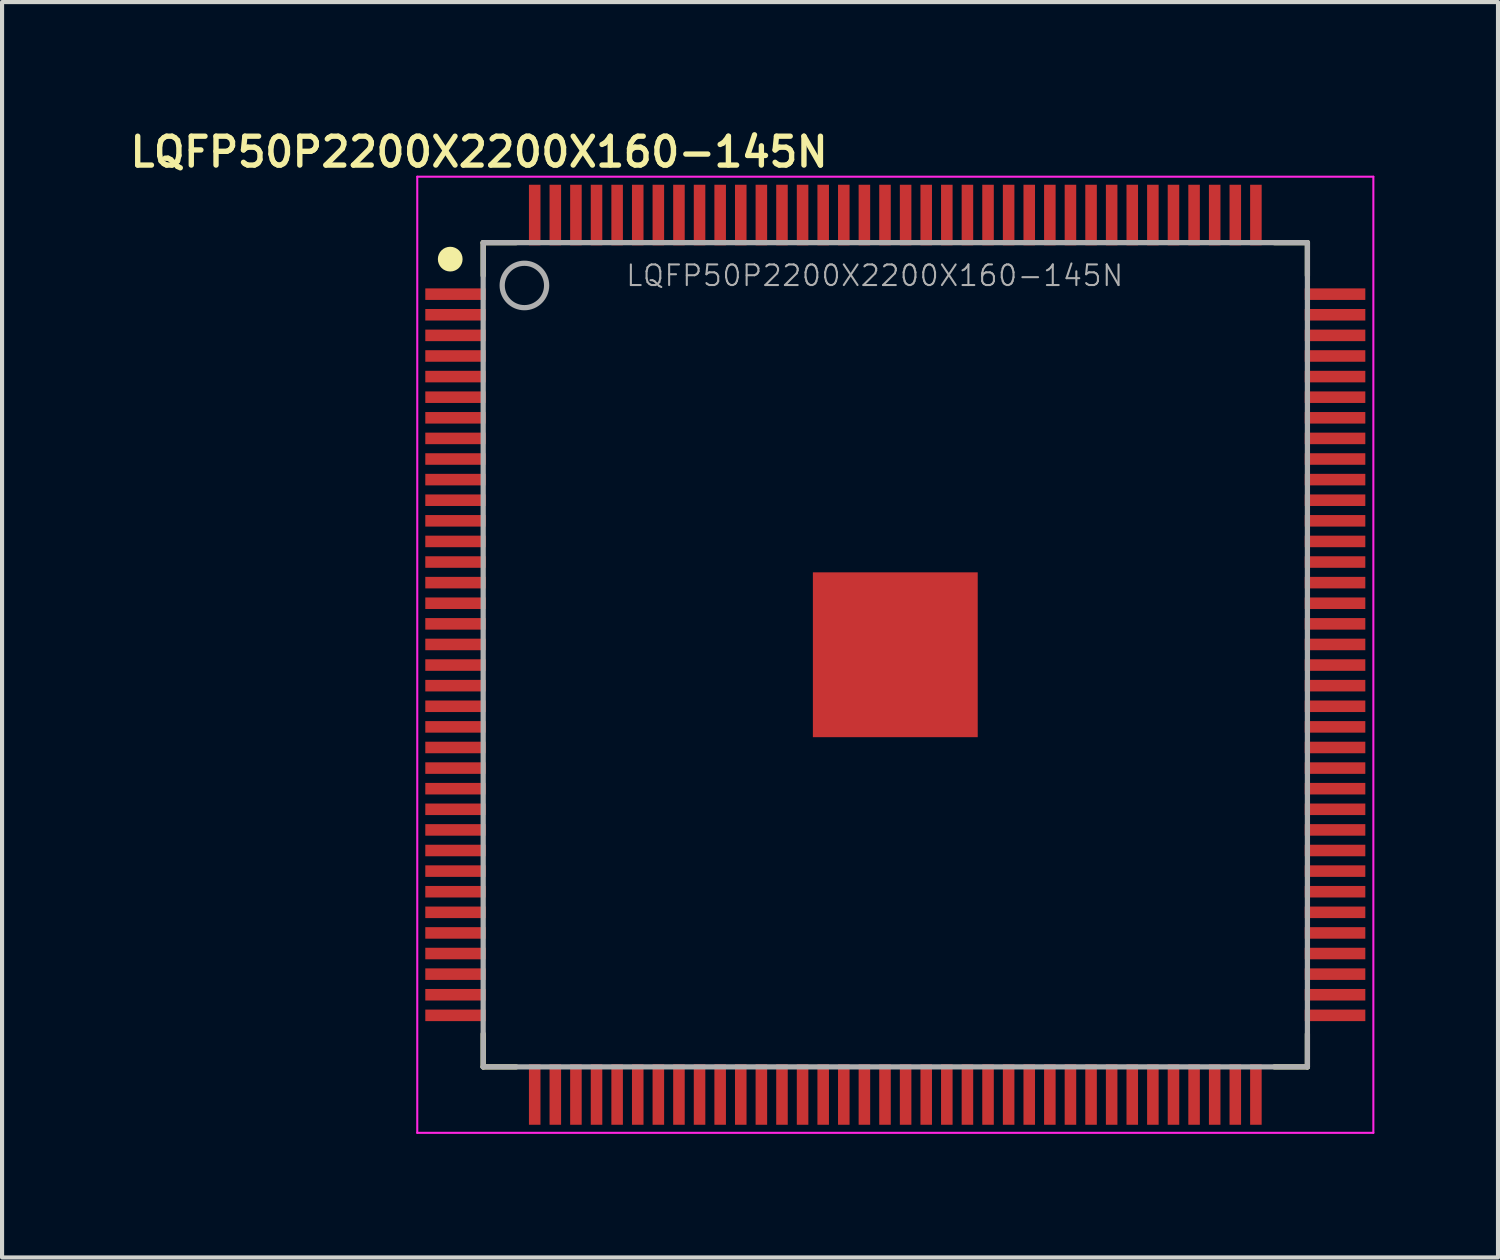
<source format=kicad_pcb>
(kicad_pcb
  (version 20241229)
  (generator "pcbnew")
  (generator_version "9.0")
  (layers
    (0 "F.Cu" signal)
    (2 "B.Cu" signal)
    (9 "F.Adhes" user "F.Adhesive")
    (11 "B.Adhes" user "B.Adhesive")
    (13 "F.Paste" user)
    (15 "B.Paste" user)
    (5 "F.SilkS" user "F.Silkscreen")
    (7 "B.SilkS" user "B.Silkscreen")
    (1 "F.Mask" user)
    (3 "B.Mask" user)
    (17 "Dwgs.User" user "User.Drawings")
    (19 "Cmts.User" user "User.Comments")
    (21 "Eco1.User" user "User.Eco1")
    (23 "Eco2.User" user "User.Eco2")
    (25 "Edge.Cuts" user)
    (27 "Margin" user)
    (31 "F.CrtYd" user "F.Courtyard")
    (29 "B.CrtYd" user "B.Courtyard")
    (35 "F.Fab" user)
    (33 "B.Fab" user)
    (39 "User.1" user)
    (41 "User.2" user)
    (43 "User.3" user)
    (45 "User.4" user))
  (footprint "LQFP50P2200X2200X160-145N"
    (layer "F.Cu")
    (at 18.675 12.838)
    (property "Reference" "LQFP50P2200X2200X160-145N" (at -10.1 -12.2 0) (layer "F.SilkS") (effects (font (size 0.7 0.7) (thickness 0.13))))
    (attr smd)
    (fp_line (start -10 -10) (end -9.2 -10) (stroke (width 0.127) (type solid)) (layer "F.SilkS"))
    (fp_line (start -10 -9.2) (end -10 -10) (stroke (width 0.127) (type solid)) (layer "F.SilkS"))
    (fp_line (start -10 10) (end -10 9.2) (stroke (width 0.127) (type solid)) (layer "F.SilkS"))
    (fp_line (start -9.2 10) (end -10 10) (stroke (width 0.127) (type solid)) (layer "F.SilkS"))
    (fp_line (start 9.2 -10) (end 10 -10) (stroke (width 0.127) (type solid)) (layer "F.SilkS"))
    (fp_line (start 9.2 10) (end 10 10) (stroke (width 0.127) (type solid)) (layer "F.SilkS"))
    (fp_line (start 10 -10) (end 10 -9.2) (stroke (width 0.127) (type solid)) (layer "F.SilkS"))
    (fp_line (start 10 10) (end 10 9.2) (stroke (width 0.127) (type solid)) (layer "F.SilkS"))
    (fp_circle (center -10.8 -9.6) (end -10.65 -9.6) (stroke (width 0.3) (type solid)) (fill no) (layer "F.SilkS"))
    (fp_poly (pts (xy -1.718 -1.705) (xy -0.295 -1.705) (xy -0.295 -0.297) (xy -1.718 -0.297)) (stroke (width 0.01) (type solid)) (fill yes) (layer "F.Paste"))
    (fp_poly (pts (xy -1.714 0.295) (xy -0.295 0.295) (xy -0.295 1.714) (xy -1.714 1.714)) (stroke (width 0.01) (type solid)) (fill yes) (layer "F.Paste"))
    (fp_poly (pts (xy 0.297 -1.705) (xy 1.705 -1.705) (xy 1.705 -0.297) (xy 0.297 -0.297)) (stroke (width 0.01) (type solid)) (fill yes) (layer "F.Paste"))
    (fp_poly (pts (xy 0.297 0.295) (xy 1.705 0.295) (xy 1.705 1.718) (xy 0.297 1.718)) (stroke (width 0.01) (type solid)) (fill yes) (layer "F.Paste"))
    (fp_line (start -11.6 -11.6) (end 11.6 -11.6) (stroke (width 0.05) (type solid)) (layer "F.CrtYd"))
    (fp_line (start -11.6 11.6) (end -11.6 -11.6) (stroke (width 0.05) (type solid)) (layer "F.CrtYd"))
    (fp_line (start 11.6 -11.6) (end 11.6 11.6) (stroke (width 0.05) (type solid)) (layer "F.CrtYd"))
    (fp_line (start 11.6 11.6) (end -11.6 11.6) (stroke (width 0.05) (type solid)) (layer "F.CrtYd"))
    (fp_line (start -10 -10) (end 10 -10) (stroke (width 0.127) (type solid)) (layer "F.Fab"))
    (fp_line (start -10 10) (end -10 -10) (stroke (width 0.127) (type solid)) (layer "F.Fab"))
    (fp_line (start 10 -10) (end 10 10) (stroke (width 0.127) (type solid)) (layer "F.Fab"))
    (fp_line (start 10 10) (end -10 10) (stroke (width 0.127) (type solid)) (layer "F.Fab"))
    (fp_circle (center -9 -8.961) (end -8.461 -8.961) (stroke (width 0.127) (type solid)) (fill no) (layer "F.Fab"))
    (fp_text user "${REFERENCE}" (at -0.5 -9.2 0) (layer "F.Fab") (effects (font (size 0.5 0.5) (thickness 0.05))))
    (pad "1" smd rect (at -10.67 -8.75) (size 1.47 0.28) (layers "F.Cu" "F.Mask" "F.Paste"))
    (pad "2" smd rect (at -10.67 -8.25) (size 1.47 0.28) (layers "F.Cu" "F.Mask" "F.Paste"))
    (pad "3" smd rect (at -10.67 -7.75) (size 1.47 0.28) (layers "F.Cu" "F.Mask" "F.Paste"))
    (pad "4" smd rect (at -10.67 -7.25) (size 1.47 0.28) (layers "F.Cu" "F.Mask" "F.Paste"))
    (pad "5" smd rect (at -10.67 -6.75) (size 1.47 0.28) (layers "F.Cu" "F.Mask" "F.Paste"))
    (pad "6" smd rect (at -10.67 -6.25) (size 1.47 0.28) (layers "F.Cu" "F.Mask" "F.Paste"))
    (pad "7" smd rect (at -10.67 -5.75) (size 1.47 0.28) (layers "F.Cu" "F.Mask" "F.Paste"))
    (pad "8" smd rect (at -10.67 -5.25) (size 1.47 0.28) (layers "F.Cu" "F.Mask" "F.Paste"))
    (pad "9" smd rect (at -10.67 -4.75) (size 1.47 0.28) (layers "F.Cu" "F.Mask" "F.Paste"))
    (pad "10" smd rect (at -10.67 -4.25) (size 1.47 0.28) (layers "F.Cu" "F.Mask" "F.Paste"))
    (pad "11" smd rect (at -10.67 -3.75) (size 1.47 0.28) (layers "F.Cu" "F.Mask" "F.Paste"))
    (pad "12" smd rect (at -10.67 -3.25) (size 1.47 0.28) (layers "F.Cu" "F.Mask" "F.Paste"))
    (pad "13" smd rect (at -10.67 -2.75) (size 1.47 0.28) (layers "F.Cu" "F.Mask" "F.Paste"))
    (pad "14" smd rect (at -10.67 -2.25) (size 1.47 0.28) (layers "F.Cu" "F.Mask" "F.Paste"))
    (pad "15" smd rect (at -10.67 -1.75) (size 1.47 0.28) (layers "F.Cu" "F.Mask" "F.Paste"))
    (pad "16" smd rect (at -10.67 -1.25) (size 1.47 0.28) (layers "F.Cu" "F.Mask" "F.Paste"))
    (pad "17" smd rect (at -10.67 -0.75) (size 1.47 0.28) (layers "F.Cu" "F.Mask" "F.Paste"))
    (pad "18" smd rect (at -10.67 -0.25) (size 1.47 0.28) (layers "F.Cu" "F.Mask" "F.Paste"))
    (pad "19" smd rect (at -10.67 0.25) (size 1.47 0.28) (layers "F.Cu" "F.Mask" "F.Paste"))
    (pad "20" smd rect (at -10.67 0.75) (size 1.47 0.28) (layers "F.Cu" "F.Mask" "F.Paste"))
    (pad "21" smd rect (at -10.67 1.25) (size 1.47 0.28) (layers "F.Cu" "F.Mask" "F.Paste"))
    (pad "22" smd rect (at -10.67 1.75) (size 1.47 0.28) (layers "F.Cu" "F.Mask" "F.Paste"))
    (pad "23" smd rect (at -10.67 2.25) (size 1.47 0.28) (layers "F.Cu" "F.Mask" "F.Paste"))
    (pad "24" smd rect (at -10.67 2.75) (size 1.47 0.28) (layers "F.Cu" "F.Mask" "F.Paste"))
    (pad "25" smd rect (at -10.67 3.25) (size 1.47 0.28) (layers "F.Cu" "F.Mask" "F.Paste"))
    (pad "26" smd rect (at -10.67 3.75) (size 1.47 0.28) (layers "F.Cu" "F.Mask" "F.Paste"))
    (pad "27" smd rect (at -10.67 4.25) (size 1.47 0.28) (layers "F.Cu" "F.Mask" "F.Paste"))
    (pad "28" smd rect (at -10.67 4.75) (size 1.47 0.28) (layers "F.Cu" "F.Mask" "F.Paste"))
    (pad "29" smd rect (at -10.67 5.25) (size 1.47 0.28) (layers "F.Cu" "F.Mask" "F.Paste"))
    (pad "30" smd rect (at -10.67 5.75) (size 1.47 0.28) (layers "F.Cu" "F.Mask" "F.Paste"))
    (pad "31" smd rect (at -10.67 6.25) (size 1.47 0.28) (layers "F.Cu" "F.Mask" "F.Paste"))
    (pad "32" smd rect (at -10.67 6.75) (size 1.47 0.28) (layers "F.Cu" "F.Mask" "F.Paste"))
    (pad "33" smd rect (at -10.67 7.25) (size 1.47 0.28) (layers "F.Cu" "F.Mask" "F.Paste"))
    (pad "34" smd rect (at -10.67 7.75) (size 1.47 0.28) (layers "F.Cu" "F.Mask" "F.Paste"))
    (pad "35" smd rect (at -10.67 8.25) (size 1.47 0.28) (layers "F.Cu" "F.Mask" "F.Paste"))
    (pad "36" smd rect (at -10.67 8.75) (size 1.47 0.28) (layers "F.Cu" "F.Mask" "F.Paste"))
    (pad "37" smd rect (at -8.75 10.67) (size 0.28 1.47) (layers "F.Cu" "F.Mask" "F.Paste"))
    (pad "38" smd rect (at -8.25 10.67) (size 0.28 1.47) (layers "F.Cu" "F.Mask" "F.Paste"))
    (pad "39" smd rect (at -7.75 10.67) (size 0.28 1.47) (layers "F.Cu" "F.Mask" "F.Paste"))
    (pad "40" smd rect (at -7.25 10.67) (size 0.28 1.47) (layers "F.Cu" "F.Mask" "F.Paste"))
    (pad "41" smd rect (at -6.75 10.67) (size 0.28 1.47) (layers "F.Cu" "F.Mask" "F.Paste"))
    (pad "42" smd rect (at -6.25 10.67) (size 0.28 1.47) (layers "F.Cu" "F.Mask" "F.Paste"))
    (pad "43" smd rect (at -5.75 10.67) (size 0.28 1.47) (layers "F.Cu" "F.Mask" "F.Paste"))
    (pad "44" smd rect (at -5.25 10.67) (size 0.28 1.47) (layers "F.Cu" "F.Mask" "F.Paste"))
    (pad "45" smd rect (at -4.75 10.67) (size 0.28 1.47) (layers "F.Cu" "F.Mask" "F.Paste"))
    (pad "46" smd rect (at -4.25 10.67) (size 0.28 1.47) (layers "F.Cu" "F.Mask" "F.Paste"))
    (pad "47" smd rect (at -3.75 10.67) (size 0.28 1.47) (layers "F.Cu" "F.Mask" "F.Paste"))
    (pad "48" smd rect (at -3.25 10.67) (size 0.28 1.47) (layers "F.Cu" "F.Mask" "F.Paste"))
    (pad "49" smd rect (at -2.75 10.67) (size 0.28 1.47) (layers "F.Cu" "F.Mask" "F.Paste"))
    (pad "50" smd rect (at -2.25 10.67) (size 0.28 1.47) (layers "F.Cu" "F.Mask" "F.Paste"))
    (pad "51" smd rect (at -1.75 10.67) (size 0.28 1.47) (layers "F.Cu" "F.Mask" "F.Paste"))
    (pad "52" smd rect (at -1.25 10.67) (size 0.28 1.47) (layers "F.Cu" "F.Mask" "F.Paste"))
    (pad "53" smd rect (at -0.75 10.67) (size 0.28 1.47) (layers "F.Cu" "F.Mask" "F.Paste"))
    (pad "54" smd rect (at -0.25 10.67) (size 0.28 1.47) (layers "F.Cu" "F.Mask" "F.Paste"))
    (pad "55" smd rect (at 0.25 10.67) (size 0.28 1.47) (layers "F.Cu" "F.Mask" "F.Paste"))
    (pad "56" smd rect (at 0.75 10.67) (size 0.28 1.47) (layers "F.Cu" "F.Mask" "F.Paste"))
    (pad "57" smd rect (at 1.25 10.67) (size 0.28 1.47) (layers "F.Cu" "F.Mask" "F.Paste"))
    (pad "58" smd rect (at 1.75 10.67) (size 0.28 1.47) (layers "F.Cu" "F.Mask" "F.Paste"))
    (pad "59" smd rect (at 2.25 10.67) (size 0.28 1.47) (layers "F.Cu" "F.Mask" "F.Paste"))
    (pad "60" smd rect (at 2.75 10.67) (size 0.28 1.47) (layers "F.Cu" "F.Mask" "F.Paste"))
    (pad "61" smd rect (at 3.25 10.67) (size 0.28 1.47) (layers "F.Cu" "F.Mask" "F.Paste"))
    (pad "62" smd rect (at 3.75 10.67) (size 0.28 1.47) (layers "F.Cu" "F.Mask" "F.Paste"))
    (pad "63" smd rect (at 4.25 10.67) (size 0.28 1.47) (layers "F.Cu" "F.Mask" "F.Paste"))
    (pad "64" smd rect (at 4.75 10.67) (size 0.28 1.47) (layers "F.Cu" "F.Mask" "F.Paste"))
    (pad "65" smd rect (at 5.25 10.67) (size 0.28 1.47) (layers "F.Cu" "F.Mask" "F.Paste"))
    (pad "66" smd rect (at 5.75 10.67) (size 0.28 1.47) (layers "F.Cu" "F.Mask" "F.Paste"))
    (pad "67" smd rect (at 6.25 10.67) (size 0.28 1.47) (layers "F.Cu" "F.Mask" "F.Paste"))
    (pad "68" smd rect (at 6.75 10.67) (size 0.28 1.47) (layers "F.Cu" "F.Mask" "F.Paste"))
    (pad "69" smd rect (at 7.25 10.67) (size 0.28 1.47) (layers "F.Cu" "F.Mask" "F.Paste"))
    (pad "70" smd rect (at 7.75 10.67) (size 0.28 1.47) (layers "F.Cu" "F.Mask" "F.Paste"))
    (pad "71" smd rect (at 8.25 10.67) (size 0.28 1.47) (layers "F.Cu" "F.Mask" "F.Paste"))
    (pad "72" smd rect (at 8.75 10.67) (size 0.28 1.47) (layers "F.Cu" "F.Mask" "F.Paste"))
    (pad "73" smd rect (at 10.67 8.75) (size 1.47 0.28) (layers "F.Cu" "F.Mask" "F.Paste"))
    (pad "74" smd rect (at 10.67 8.25) (size 1.47 0.28) (layers "F.Cu" "F.Mask" "F.Paste"))
    (pad "75" smd rect (at 10.67 7.75) (size 1.47 0.28) (layers "F.Cu" "F.Mask" "F.Paste"))
    (pad "76" smd rect (at 10.67 7.25) (size 1.47 0.28) (layers "F.Cu" "F.Mask" "F.Paste"))
    (pad "77" smd rect (at 10.67 6.75) (size 1.47 0.28) (layers "F.Cu" "F.Mask" "F.Paste"))
    (pad "78" smd rect (at 10.67 6.25) (size 1.47 0.28) (layers "F.Cu" "F.Mask" "F.Paste"))
    (pad "79" smd rect (at 10.67 5.75) (size 1.47 0.28) (layers "F.Cu" "F.Mask" "F.Paste"))
    (pad "80" smd rect (at 10.67 5.25) (size 1.47 0.28) (layers "F.Cu" "F.Mask" "F.Paste"))
    (pad "81" smd rect (at 10.67 4.75) (size 1.47 0.28) (layers "F.Cu" "F.Mask" "F.Paste"))
    (pad "82" smd rect (at 10.67 4.25) (size 1.47 0.28) (layers "F.Cu" "F.Mask" "F.Paste"))
    (pad "83" smd rect (at 10.67 3.75) (size 1.47 0.28) (layers "F.Cu" "F.Mask" "F.Paste"))
    (pad "84" smd rect (at 10.67 3.25) (size 1.47 0.28) (layers "F.Cu" "F.Mask" "F.Paste"))
    (pad "85" smd rect (at 10.67 2.75) (size 1.47 0.28) (layers "F.Cu" "F.Mask" "F.Paste"))
    (pad "86" smd rect (at 10.67 2.25) (size 1.47 0.28) (layers "F.Cu" "F.Mask" "F.Paste"))
    (pad "87" smd rect (at 10.67 1.75) (size 1.47 0.28) (layers "F.Cu" "F.Mask" "F.Paste"))
    (pad "88" smd rect (at 10.67 1.25) (size 1.47 0.28) (layers "F.Cu" "F.Mask" "F.Paste"))
    (pad "89" smd rect (at 10.67 0.75) (size 1.47 0.28) (layers "F.Cu" "F.Mask" "F.Paste"))
    (pad "90" smd rect (at 10.67 0.25) (size 1.47 0.28) (layers "F.Cu" "F.Mask" "F.Paste"))
    (pad "91" smd rect (at 10.67 -0.25) (size 1.47 0.28) (layers "F.Cu" "F.Mask" "F.Paste"))
    (pad "92" smd rect (at 10.67 -0.75) (size 1.47 0.28) (layers "F.Cu" "F.Mask" "F.Paste"))
    (pad "93" smd rect (at 10.67 -1.25) (size 1.47 0.28) (layers "F.Cu" "F.Mask" "F.Paste"))
    (pad "94" smd rect (at 10.67 -1.75) (size 1.47 0.28) (layers "F.Cu" "F.Mask" "F.Paste"))
    (pad "95" smd rect (at 10.67 -2.25) (size 1.47 0.28) (layers "F.Cu" "F.Mask" "F.Paste"))
    (pad "96" smd rect (at 10.67 -2.75) (size 1.47 0.28) (layers "F.Cu" "F.Mask" "F.Paste"))
    (pad "97" smd rect (at 10.67 -3.25) (size 1.47 0.28) (layers "F.Cu" "F.Mask" "F.Paste"))
    (pad "98" smd rect (at 10.67 -3.75) (size 1.47 0.28) (layers "F.Cu" "F.Mask" "F.Paste"))
    (pad "99" smd rect (at 10.67 -4.25) (size 1.47 0.28) (layers "F.Cu" "F.Mask" "F.Paste"))
    (pad "100" smd rect (at 10.67 -4.75) (size 1.47 0.28) (layers "F.Cu" "F.Mask" "F.Paste"))
    (pad "101" smd rect (at 10.67 -5.25) (size 1.47 0.28) (layers "F.Cu" "F.Mask" "F.Paste"))
    (pad "102" smd rect (at 10.67 -5.75) (size 1.47 0.28) (layers "F.Cu" "F.Mask" "F.Paste"))
    (pad "103" smd rect (at 10.67 -6.25) (size 1.47 0.28) (layers "F.Cu" "F.Mask" "F.Paste"))
    (pad "104" smd rect (at 10.67 -6.75) (size 1.47 0.28) (layers "F.Cu" "F.Mask" "F.Paste"))
    (pad "105" smd rect (at 10.67 -7.25) (size 1.47 0.28) (layers "F.Cu" "F.Mask" "F.Paste"))
    (pad "106" smd rect (at 10.67 -7.75) (size 1.47 0.28) (layers "F.Cu" "F.Mask" "F.Paste"))
    (pad "107" smd rect (at 10.67 -8.25) (size 1.47 0.28) (layers "F.Cu" "F.Mask" "F.Paste"))
    (pad "108" smd rect (at 10.67 -8.75) (size 1.47 0.28) (layers "F.Cu" "F.Mask" "F.Paste"))
    (pad "109" smd rect (at 8.75 -10.67) (size 0.28 1.47) (layers "F.Cu" "F.Mask" "F.Paste"))
    (pad "110" smd rect (at 8.25 -10.67) (size 0.28 1.47) (layers "F.Cu" "F.Mask" "F.Paste"))
    (pad "111" smd rect (at 7.75 -10.67) (size 0.28 1.47) (layers "F.Cu" "F.Mask" "F.Paste"))
    (pad "112" smd rect (at 7.25 -10.67) (size 0.28 1.47) (layers "F.Cu" "F.Mask" "F.Paste"))
    (pad "113" smd rect (at 6.75 -10.67) (size 0.28 1.47) (layers "F.Cu" "F.Mask" "F.Paste"))
    (pad "114" smd rect (at 6.25 -10.67) (size 0.28 1.47) (layers "F.Cu" "F.Mask" "F.Paste"))
    (pad "115" smd rect (at 5.75 -10.67) (size 0.28 1.47) (layers "F.Cu" "F.Mask" "F.Paste"))
    (pad "116" smd rect (at 5.25 -10.67) (size 0.28 1.47) (layers "F.Cu" "F.Mask" "F.Paste"))
    (pad "117" smd rect (at 4.75 -10.67) (size 0.28 1.47) (layers "F.Cu" "F.Mask" "F.Paste"))
    (pad "118" smd rect (at 4.25 -10.67) (size 0.28 1.47) (layers "F.Cu" "F.Mask" "F.Paste"))
    (pad "119" smd rect (at 3.75 -10.67) (size 0.28 1.47) (layers "F.Cu" "F.Mask" "F.Paste"))
    (pad "120" smd rect (at 3.25 -10.67) (size 0.28 1.47) (layers "F.Cu" "F.Mask" "F.Paste"))
    (pad "121" smd rect (at 2.75 -10.67) (size 0.28 1.47) (layers "F.Cu" "F.Mask" "F.Paste"))
    (pad "122" smd rect (at 2.25 -10.67) (size 0.28 1.47) (layers "F.Cu" "F.Mask" "F.Paste"))
    (pad "123" smd rect (at 1.75 -10.67) (size 0.28 1.47) (layers "F.Cu" "F.Mask" "F.Paste"))
    (pad "124" smd rect (at 1.25 -10.67) (size 0.28 1.47) (layers "F.Cu" "F.Mask" "F.Paste"))
    (pad "125" smd rect (at 0.75 -10.67) (size 0.28 1.47) (layers "F.Cu" "F.Mask" "F.Paste"))
    (pad "126" smd rect (at 0.25 -10.67) (size 0.28 1.47) (layers "F.Cu" "F.Mask" "F.Paste"))
    (pad "127" smd rect (at -0.25 -10.67) (size 0.28 1.47) (layers "F.Cu" "F.Mask" "F.Paste"))
    (pad "128" smd rect (at -0.75 -10.67) (size 0.28 1.47) (layers "F.Cu" "F.Mask" "F.Paste"))
    (pad "129" smd rect (at -1.25 -10.67) (size 0.28 1.47) (layers "F.Cu" "F.Mask" "F.Paste"))
    (pad "130" smd rect (at -1.75 -10.67) (size 0.28 1.47) (layers "F.Cu" "F.Mask" "F.Paste"))
    (pad "131" smd rect (at -2.25 -10.67) (size 0.28 1.47) (layers "F.Cu" "F.Mask" "F.Paste"))
    (pad "132" smd rect (at -2.75 -10.67) (size 0.28 1.47) (layers "F.Cu" "F.Mask" "F.Paste"))
    (pad "133" smd rect (at -3.25 -10.67) (size 0.28 1.47) (layers "F.Cu" "F.Mask" "F.Paste"))
    (pad "134" smd rect (at -3.75 -10.67) (size 0.28 1.47) (layers "F.Cu" "F.Mask" "F.Paste"))
    (pad "135" smd rect (at -4.25 -10.67) (size 0.28 1.47) (layers "F.Cu" "F.Mask" "F.Paste"))
    (pad "136" smd rect (at -4.75 -10.67) (size 0.28 1.47) (layers "F.Cu" "F.Mask" "F.Paste"))
    (pad "137" smd rect (at -5.25 -10.67) (size 0.28 1.47) (layers "F.Cu" "F.Mask" "F.Paste"))
    (pad "138" smd rect (at -5.75 -10.67) (size 0.28 1.47) (layers "F.Cu" "F.Mask" "F.Paste"))
    (pad "139" smd rect (at -6.25 -10.67) (size 0.28 1.47) (layers "F.Cu" "F.Mask" "F.Paste"))
    (pad "140" smd rect (at -6.75 -10.67) (size 0.28 1.47) (layers "F.Cu" "F.Mask" "F.Paste"))
    (pad "141" smd rect (at -7.25 -10.67) (size 0.28 1.47) (layers "F.Cu" "F.Mask" "F.Paste"))
    (pad "142" smd rect (at -7.75 -10.67) (size 0.28 1.47) (layers "F.Cu" "F.Mask" "F.Paste"))
    (pad "143" smd rect (at -8.25 -10.67) (size 0.28 1.47) (layers "F.Cu" "F.Mask" "F.Paste"))
    (pad "144" smd rect (at -8.75 -10.67) (size 0.28 1.47) (layers "F.Cu" "F.Mask" "F.Paste"))
    (pad "145" smd rect (at 0 0) (size 4 4) (layers "F.Cu" "F.Mask")))
  (gr_rect
    (start -3 -3)
    (end 33.3 27.463)
    (stroke (width 0.1) (type default))
    (fill no)
    (layer "Edge.Cuts")))
</source>
